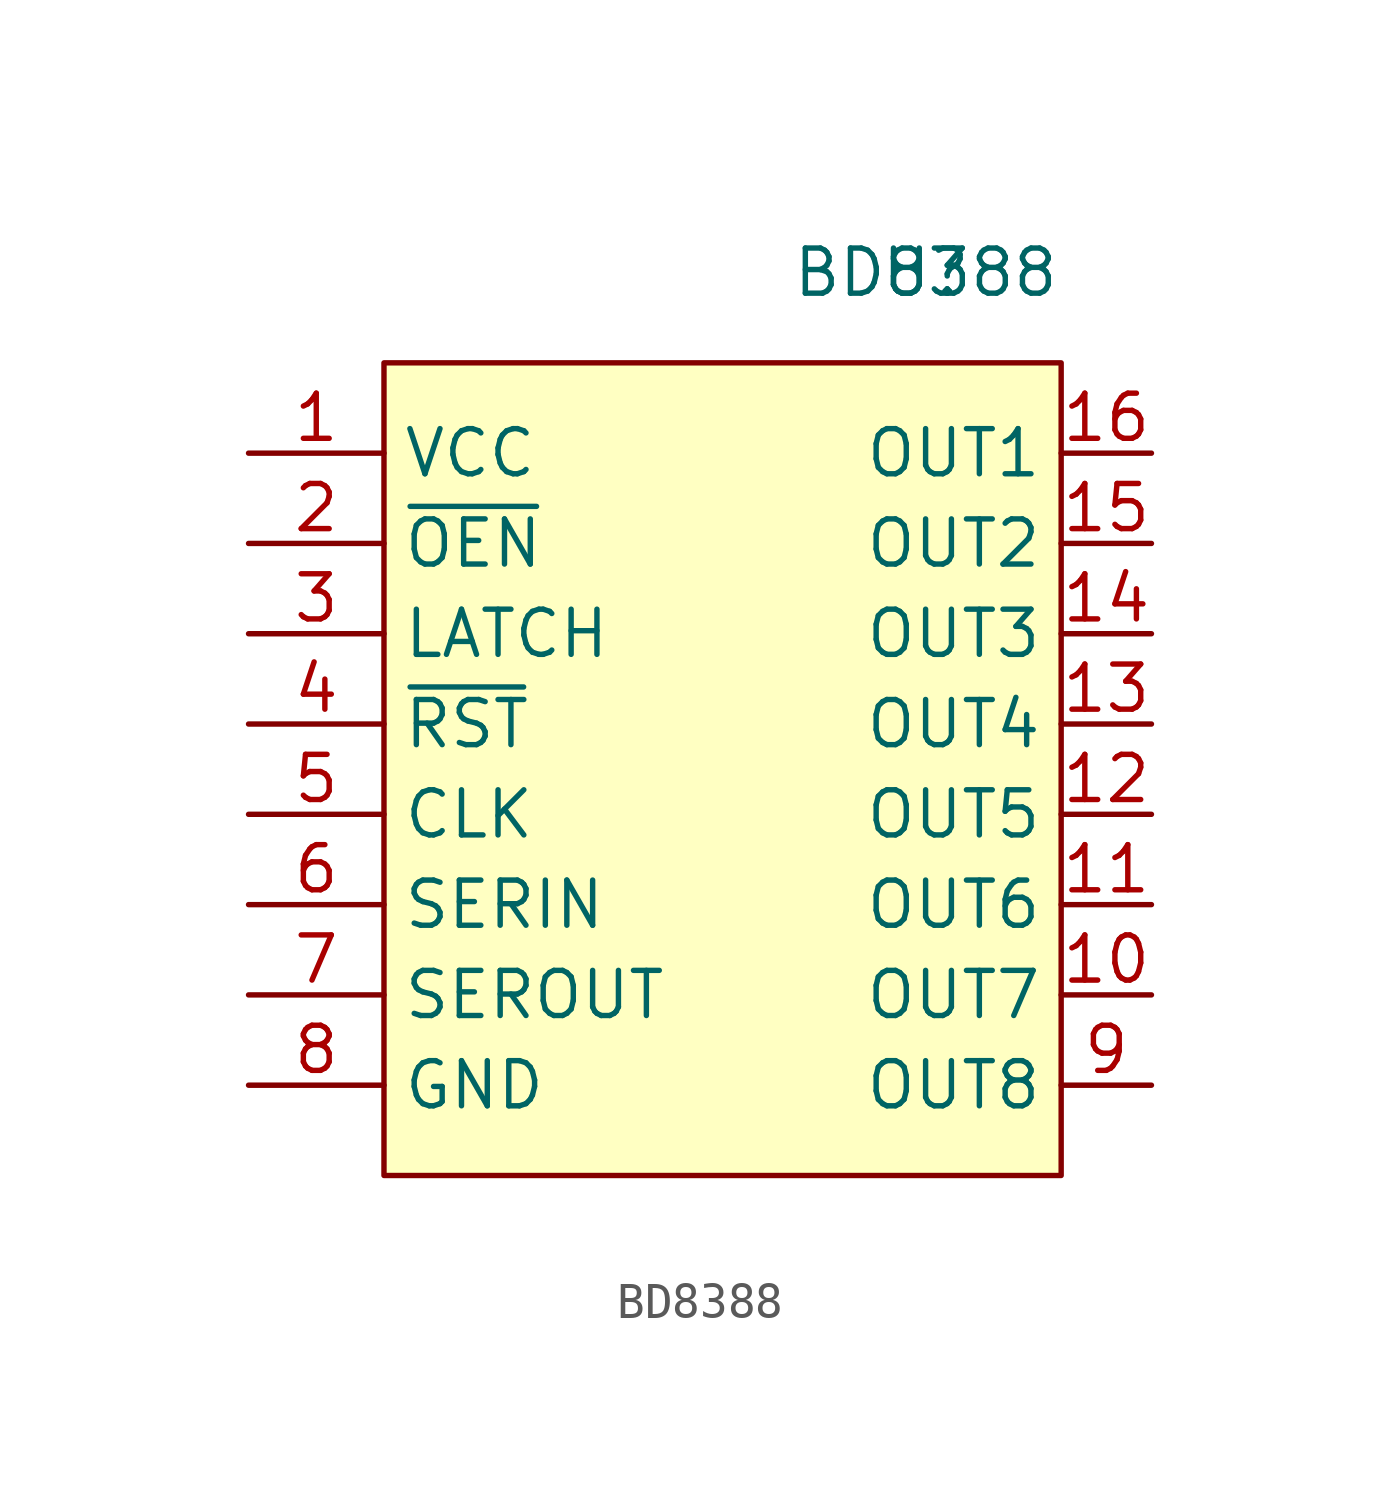
<source format=kicad_sym>
(kicad_symbol_lib
  (version 20211014)
  (generator kicad_symbol_editor)
  (symbol "BD8388"
    (property "Reference" "U"
      (at 0 0 0)
      (effects (font (size 1.27 1.27))))
    (property "Value" "BD8388"
      (at 0 0 0)
      (effects (font (size 1.27 1.27))))
    (symbol "BD8388_0_1"
      (rectangle (start -15.24 -2.54) (end 3.81 -25.4) (stroke (width 0.152) (type default) (color 0 0 0 0)) (fill (type background))))
    (symbol "BD8388_1_1"
      (pin passive line (at -19.05 -5.08 0) (length 3.81) (name "VCC" (effects (font (size 1.27 1.27)))) (number "1" (effects (font (size 1.27 1.27)))))
      (pin open_collector line (at 6.35 -20.32 180) (length 2.54) (name "OUT7" (effects (font (size 1.27 1.27)))) (number "10" (effects (font (size 1.27 1.27)))))
      (pin open_collector line (at 6.35 -17.78 180) (length 2.54) (name "OUT6" (effects (font (size 1.27 1.27)))) (number "11" (effects (font (size 1.27 1.27)))))
      (pin open_collector line (at 6.35 -15.24 180) (length 2.54) (name "OUT5" (effects (font (size 1.27 1.27)))) (number "12" (effects (font (size 1.27 1.27)))))
      (pin open_collector line (at 6.35 -12.7 180) (length 2.54) (name "OUT4" (effects (font (size 1.27 1.27)))) (number "13" (effects (font (size 1.27 1.27)))))
      (pin open_collector line (at 6.35 -10.16 180) (length 2.54) (name "OUT3" (effects (font (size 1.27 1.27)))) (number "14" (effects (font (size 1.27 1.27)))))
      (pin open_collector line (at 6.35 -7.62 180) (length 2.54) (name "OUT2" (effects (font (size 1.27 1.27)))) (number "15" (effects (font (size 1.27 1.27)))))
      (pin open_collector line (at 6.35 -5.08 180) (length 2.54) (name "OUT1" (effects (font (size 1.27 1.27)))) (number "16" (effects (font (size 1.27 1.27)))))
      (pin passive line (at -19.05 -7.62 0) (length 3.81) (name "~{OEN}" (effects (font (size 1.27 1.27)))) (number "2" (effects (font (size 1.27 1.27)))))
      (pin passive line (at -19.05 -10.16 0) (length 3.81) (name "LATCH" (effects (font (size 1.27 1.27)))) (number "3" (effects (font (size 1.27 1.27)))))
      (pin passive line (at -19.05 -12.7 0) (length 3.81) (name "~{RST}" (effects (font (size 1.27 1.27)))) (number "4" (effects (font (size 1.27 1.27)))))
      (pin passive line (at -19.05 -15.24 0) (length 3.81) (name "CLK" (effects (font (size 1.27 1.27)))) (number "5" (effects (font (size 1.27 1.27)))))
      (pin passive line (at -19.05 -17.78 0) (length 3.81) (name "SERIN" (effects (font (size 1.27 1.27)))) (number "6" (effects (font (size 1.27 1.27)))))
      (pin passive line (at -19.05 -20.32 0) (length 3.81) (name "SEROUT" (effects (font (size 1.27 1.27)))) (number "7" (effects (font (size 1.27 1.27)))))
      (pin passive line (at -19.05 -22.86 0) (length 3.81) (name "GND" (effects (font (size 1.27 1.27)))) (number "8" (effects (font (size 1.27 1.27)))))
      (pin open_collector line (at 6.35 -22.86 180) (length 2.54) (name "OUT8" (effects (font (size 1.27 1.27)))) (number "9" (effects (font (size 1.27 1.27))))))))
</source>
